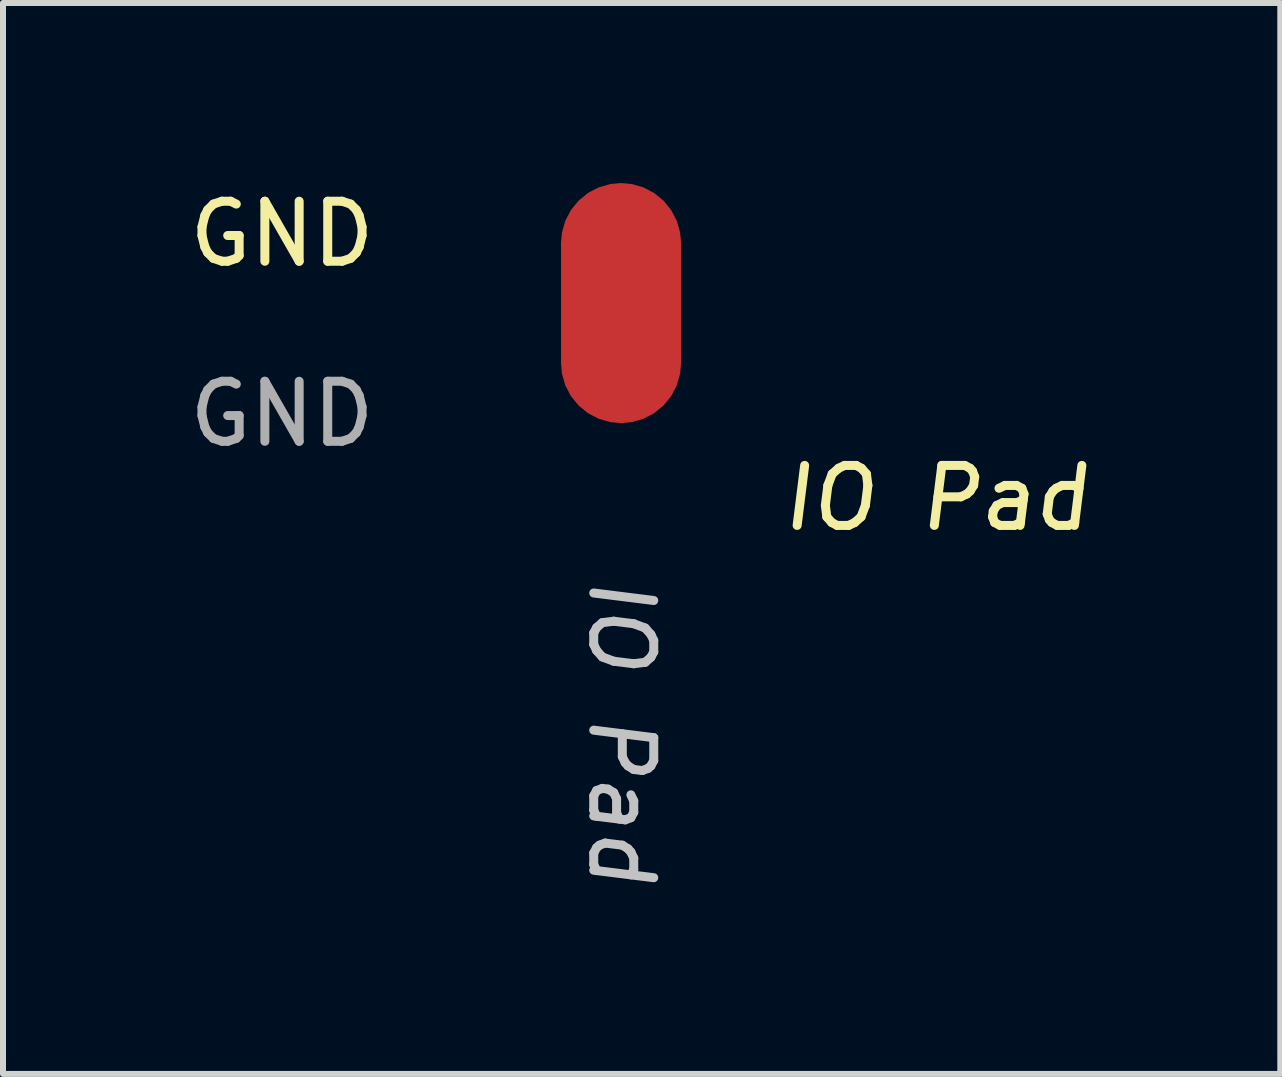
<source format=kicad_pcb>
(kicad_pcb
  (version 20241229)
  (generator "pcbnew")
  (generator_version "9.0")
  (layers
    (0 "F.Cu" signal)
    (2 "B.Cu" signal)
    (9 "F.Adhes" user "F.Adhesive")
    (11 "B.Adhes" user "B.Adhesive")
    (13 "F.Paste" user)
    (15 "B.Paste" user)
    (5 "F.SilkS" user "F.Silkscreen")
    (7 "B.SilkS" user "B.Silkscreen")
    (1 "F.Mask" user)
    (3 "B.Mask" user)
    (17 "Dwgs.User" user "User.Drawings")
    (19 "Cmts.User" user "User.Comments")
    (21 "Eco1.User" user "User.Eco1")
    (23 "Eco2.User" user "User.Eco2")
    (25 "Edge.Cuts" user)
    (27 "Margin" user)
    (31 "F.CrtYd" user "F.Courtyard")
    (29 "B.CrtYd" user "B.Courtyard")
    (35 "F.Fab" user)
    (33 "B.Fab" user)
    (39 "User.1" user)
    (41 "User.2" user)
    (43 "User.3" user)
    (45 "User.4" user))
  (footprint "IO Pad"
    (layer "F.Cu")
    (at 7.298 2)
    (property "Reference" "IO Pad" (at 5.25 3.25 0) (unlocked yes) (layer "F.SilkS") (effects (font (size 1 1) (thickness 0.15) (italic yes))))
    (attr smd)
    (fp_text user "${REFERENCE}" (at 0 4.5 270) (unlocked yes) (layer "Dwgs.User") (effects (font (size 1 1) (thickness 0.15) (italic yes)) (justify left)))
    (pad "1" smd roundrect (at 0 0) (size 2 4) (layers "F.Cu" "F.Mask" "F.Paste") (roundrect_rratio 0.5)))
  (footprint "GND"
    (layer "F.Cu")
    (at 1.649 1.348)
    (property "Reference" "GND" (at 0 -0.5 0) (unlocked yes) (layer "F.SilkS") (effects (font (size 1 1) (thickness 0.15))))
    (fp_text user "${REFERENCE}" (at 0 2.5 0) (unlocked yes) (layer "F.Fab") (effects (font (size 1 1) (thickness 0.15)))))
  (gr_rect
    (start -3 -3)
    (end 18.283 14.845)
    (stroke (width 0.1) (type default))
    (fill no)
    (layer "Edge.Cuts")))
</source>
